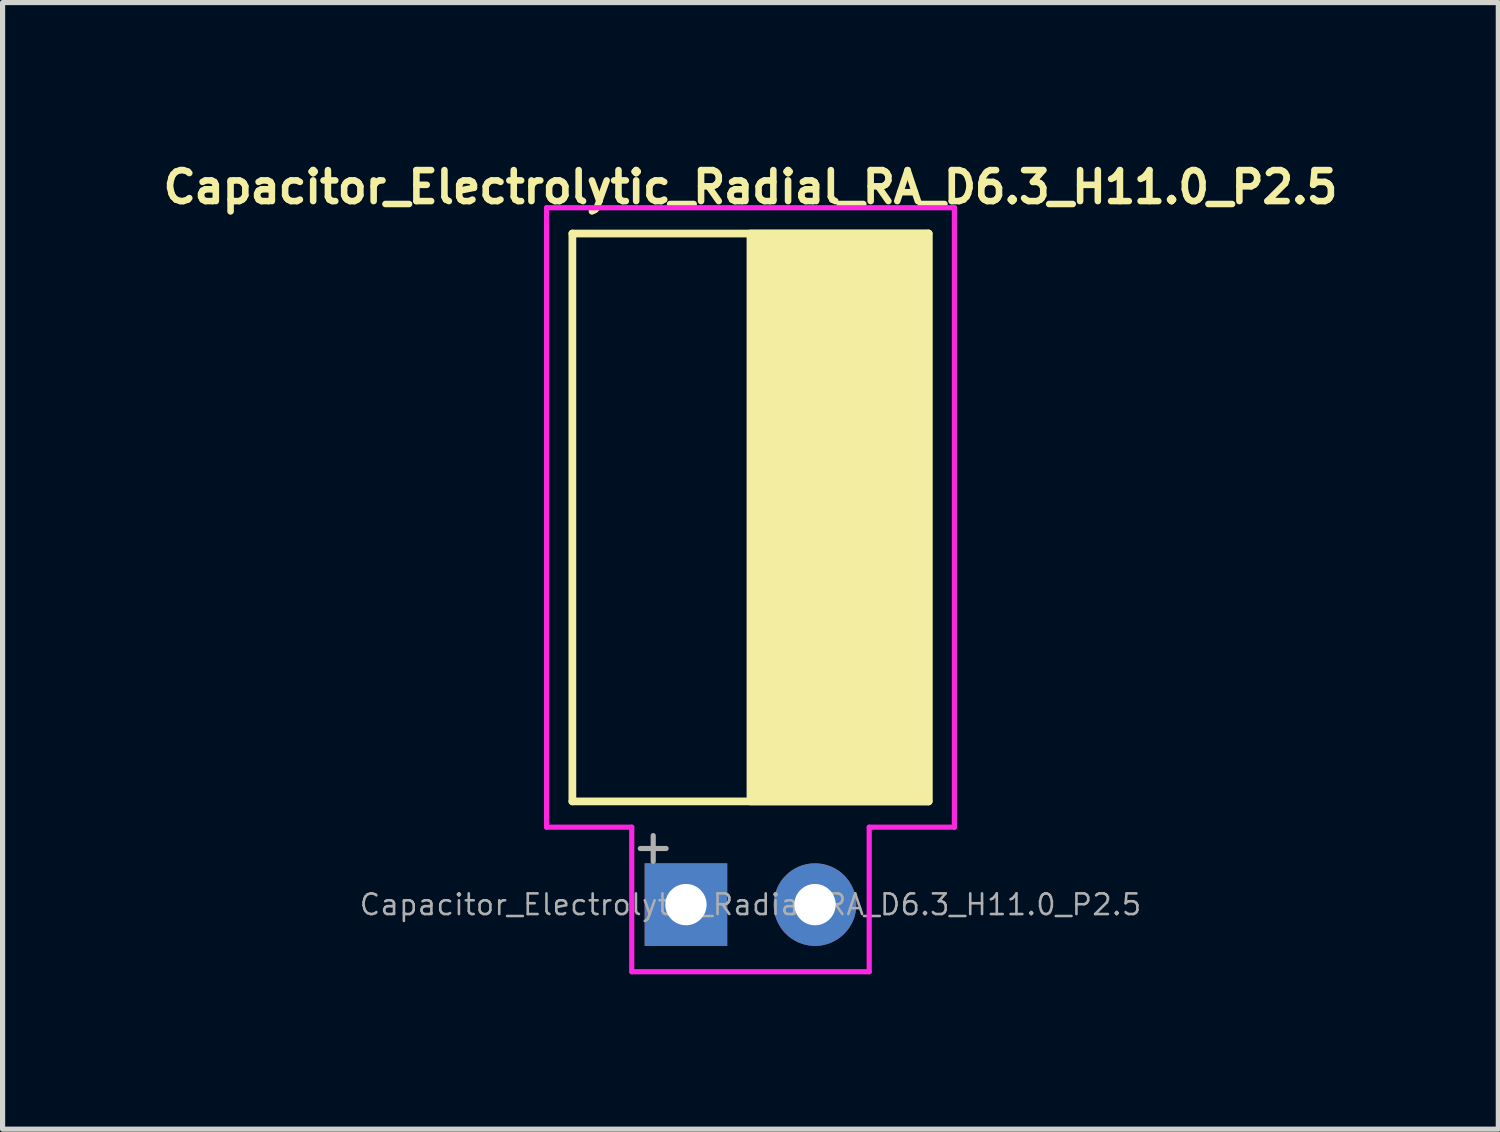
<source format=kicad_pcb>
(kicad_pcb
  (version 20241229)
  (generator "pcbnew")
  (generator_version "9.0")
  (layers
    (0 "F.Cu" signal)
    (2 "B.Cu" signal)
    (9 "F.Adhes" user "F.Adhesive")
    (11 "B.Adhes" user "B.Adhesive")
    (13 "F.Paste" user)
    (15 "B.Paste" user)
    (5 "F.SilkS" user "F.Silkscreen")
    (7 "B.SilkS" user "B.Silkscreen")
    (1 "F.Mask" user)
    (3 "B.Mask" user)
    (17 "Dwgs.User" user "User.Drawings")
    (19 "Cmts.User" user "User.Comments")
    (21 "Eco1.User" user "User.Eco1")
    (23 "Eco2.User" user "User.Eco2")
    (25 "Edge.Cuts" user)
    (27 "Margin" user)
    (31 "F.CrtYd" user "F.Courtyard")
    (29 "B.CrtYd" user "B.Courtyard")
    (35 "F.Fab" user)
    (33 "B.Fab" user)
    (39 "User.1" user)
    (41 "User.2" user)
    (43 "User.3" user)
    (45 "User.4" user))
  (footprint "Capacitor_Electrolytic_Radial_RA_D6.3_H11.0_P2.5"
    (layer "F.Cu")
    (at 11.488 14.474)
    (property "Reference" "Capacitor_Electrolytic_Radial_RA_D6.3_H11.0_P2.5" (at 0 -13.9 0) (layer "F.SilkS") (effects (font (size 0.6 0.6) (thickness 0.127))))
    (attr through_hole)
    (fp_line (start -3.45 -13) (end 3.45 -13) (stroke (width 0.15) (type solid)) (layer "F.SilkS"))
    (fp_line (start -3.45 -2) (end -3.45 -13) (stroke (width 0.15) (type solid)) (layer "F.SilkS"))
    (fp_line (start 3.45 -2) (end -3.45 -2) (stroke (width 0.15) (type solid)) (layer "F.SilkS"))
    (fp_line (start 3.45 -2) (end 3.45 -13) (stroke (width 0.15) (type solid)) (layer "F.SilkS"))
    (fp_poly (pts (xy 0 -13) (xy 0 -2) (xy 3.45 -2) (xy 3.45 -13)) (stroke (width 0.15) (type solid)) (fill yes) (layer "F.SilkS"))
    (fp_line (start -3.95 -13.5) (end -3.95 -1.5) (stroke (width 0.1) (type solid)) (layer "F.CrtYd"))
    (fp_line (start -2.3 -1.5) (end -3.95 -1.5) (stroke (width 0.1) (type solid)) (layer "F.CrtYd"))
    (fp_line (start -2.3 1.3) (end -2.3 -1.5) (stroke (width 0.1) (type solid)) (layer "F.CrtYd"))
    (fp_line (start -2.3 1.3) (end 2.3 1.3) (stroke (width 0.1) (type solid)) (layer "F.CrtYd"))
    (fp_line (start 2.3 -1.5) (end 3.95 -1.5) (stroke (width 0.1) (type solid)) (layer "F.CrtYd"))
    (fp_line (start 2.3 1.3) (end 2.3 -1.5) (stroke (width 0.1) (type solid)) (layer "F.CrtYd"))
    (fp_line (start 3.95 -13.5) (end -3.95 -13.5) (stroke (width 0.1) (type solid)) (layer "F.CrtYd"))
    (fp_line (start 3.95 -1.5) (end 3.95 -13.5) (stroke (width 0.1) (type solid)) (layer "F.CrtYd"))
    (fp_line (start -2.134 -1.087) (end -1.634 -1.087) (stroke (width 0.1) (type solid)) (layer "F.Fab"))
    (fp_line (start -1.884 -1.337) (end -1.884 -0.838) (stroke (width 0.1) (type solid)) (layer "F.Fab"))
    (fp_text user "${REFERENCE}" (at 0 0 0) (layer "F.Fab") (effects (font (size 0.4 0.4) (thickness 0.05))))
    (pad "1" thru_hole rect (at -1.25 0) (size 1.6 1.6) (drill 0.8) (layers "*.Cu" "*.Mask"))
    (pad "2" thru_hole circle (at 1.25 0) (size 1.6 1.6) (drill 0.8) (layers "*.Cu" "*.Mask")))
  (gr_rect
    (start -3 -3)
    (end 25.975 18.824)
    (stroke (width 0.1) (type default))
    (fill no)
    (layer "Edge.Cuts")))
</source>
